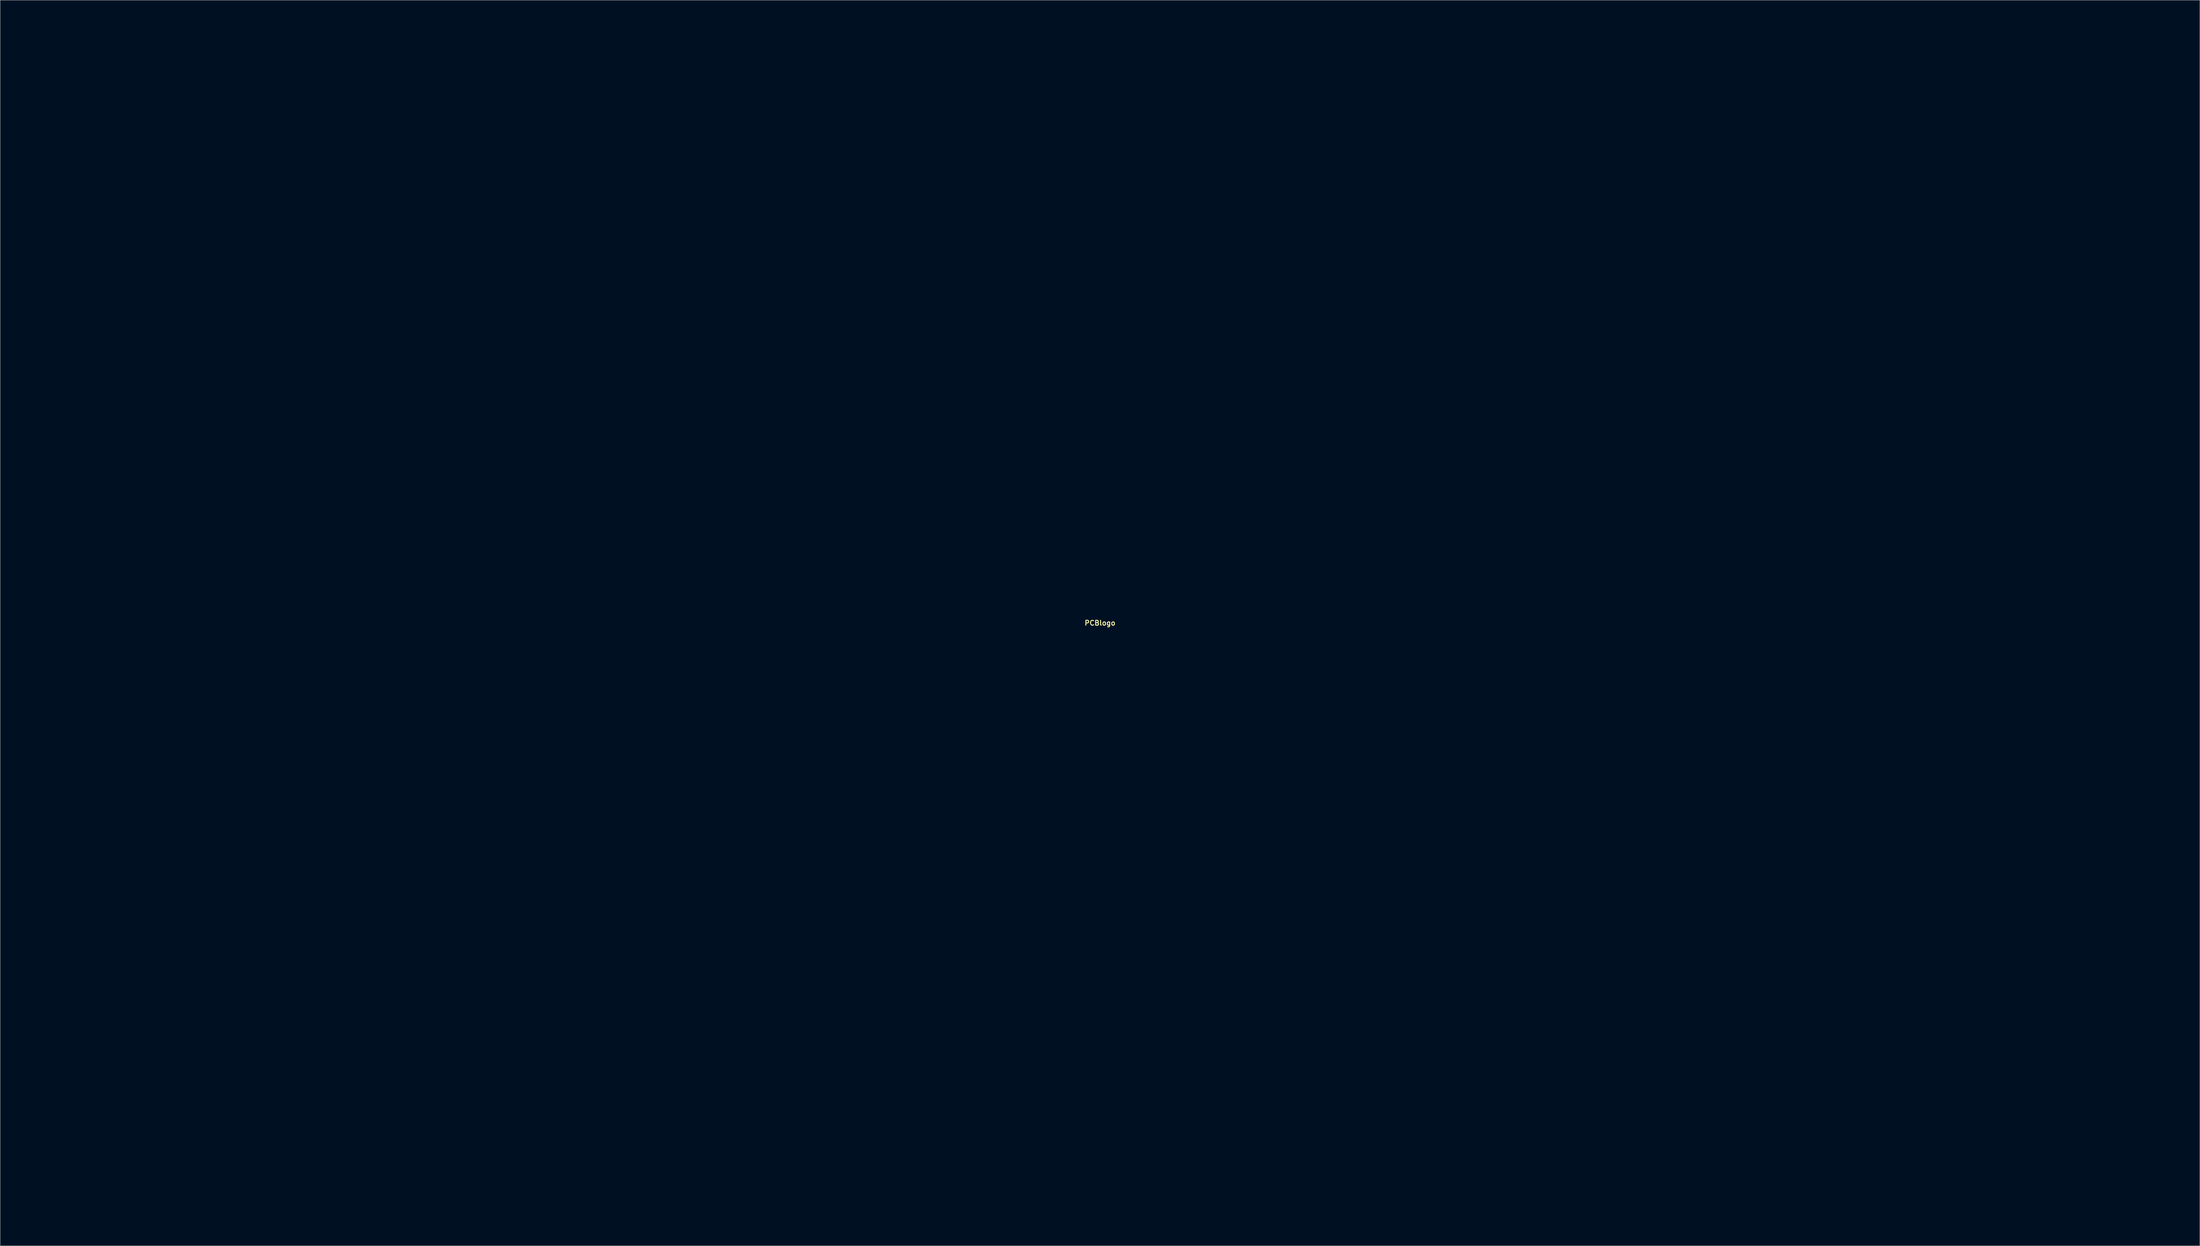
<source format=kicad_pcb>
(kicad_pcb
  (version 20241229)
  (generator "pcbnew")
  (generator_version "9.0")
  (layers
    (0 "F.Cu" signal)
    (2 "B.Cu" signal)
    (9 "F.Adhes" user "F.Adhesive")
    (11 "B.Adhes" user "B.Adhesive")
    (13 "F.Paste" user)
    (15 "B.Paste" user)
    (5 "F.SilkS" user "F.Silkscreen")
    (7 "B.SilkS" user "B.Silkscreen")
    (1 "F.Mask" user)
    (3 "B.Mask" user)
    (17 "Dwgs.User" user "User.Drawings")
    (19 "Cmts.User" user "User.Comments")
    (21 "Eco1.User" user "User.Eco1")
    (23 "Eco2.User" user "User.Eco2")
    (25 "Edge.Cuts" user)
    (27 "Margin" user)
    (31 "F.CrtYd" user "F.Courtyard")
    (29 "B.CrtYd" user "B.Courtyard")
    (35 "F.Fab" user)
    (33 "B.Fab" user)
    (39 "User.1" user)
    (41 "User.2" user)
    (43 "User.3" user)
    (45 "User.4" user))
  (footprint "PCBlogo"
    (layer "F.Cu")
    (at 338.672 190.505)
    (property "Reference" "PCBlogo" (at 0 0 0) (layer "F.SilkS") (effects (font (size 1.524 1.524) (thickness 0.3))))
    (attr through_hole)
    (fp_poly (pts (xy 135.701 -64.599) (xy 135.813 -63.822) (xy 135.819 -63.549) (xy 135.618 -62.198) (xy 135.046 -60.386) (xy 134.156 -58.216) (xy 132.996 -55.794) (xy 131.619 -53.223) (xy 130.074 -50.609) (xy 128.412 -48.056) (xy 128.185 -47.729) (xy 127.202 -46.354) (xy 126.07 -44.836) (xy 124.871 -43.277) (xy 123.688 -41.778) (xy 122.602 -40.444) (xy 121.696 -39.377) (xy 121.052 -38.68) (xy 120.761 -38.453) (xy 120.686 -38.754) (xy 120.765 -39.491) (xy 120.785 -39.599) (xy 121.036 -40.359) (xy 121.57 -41.632) (xy 122.334 -43.311) (xy 123.275 -45.288) (xy 124.338 -47.457) (xy 125.471 -49.711) (xy 126.619 -51.942) (xy 127.73 -54.043) (xy 128.75 -55.908) (xy 129.626 -57.43) (xy 129.992 -58.027) (xy 131.09 -59.69) (xy 132.228 -61.287) (xy 133.321 -62.714) (xy 134.286 -63.863) (xy 135.039 -64.631) (xy 135.493 -64.911) (xy 135.494 -64.911) (xy 135.701 -64.599)) (stroke (width 0.01) (type solid)) (fill no) (layer "Eco2.User"))
    (fp_poly (pts (xy -158.124 117.651) (xy -157.939 117.916) (xy -158.134 118.274) (xy -158.765 119.062) (xy -159.771 120.21) (xy -161.089 121.65) (xy -162.657 123.313) (xy -164.414 125.129) (xy -164.524 125.241) (xy -166.39 127.148) (xy -168.635 129.448) (xy -171.148 132.026) (xy -173.816 134.768) (xy -176.529 137.56) (xy -179.175 140.287) (xy -181.151 142.326) (xy -183.883 145.129) (xy -186.56 147.841) (xy -189.135 150.418) (xy -191.561 152.814) (xy -193.791 154.983) (xy -195.779 156.881) (xy -197.476 158.463) (xy -198.836 159.682) (xy -199.812 160.494) (xy -200.358 160.853) (xy -200.418 160.867) (xy -200.672 160.571) (xy -200.731 160.162) (xy -200.57 159.425) (xy -200.126 158.19) (xy -199.453 156.579) (xy -198.608 154.715) (xy -197.645 152.717) (xy -196.62 150.708) (xy -195.588 148.809) (xy -195.408 148.492) (xy -191.854 142.909) (xy -187.722 137.585) (xy -182.96 132.451) (xy -179.151 128.843) (xy -175.544 125.809) (xy -172.044 123.287) (xy -168.556 121.211) (xy -164.984 119.516) (xy -162.514 118.568) (xy -160.69 117.957) (xy -159.416 117.61) (xy -158.594 117.512) (xy -158.124 117.651)) (stroke (width 0.01) (type solid)) (fill no) (layer "Eco2.User"))
    (fp_poly (pts (xy 338.667 190.5) (xy -338.667 190.5) (xy -338.667 170.402) (xy -211.917 170.402) (xy -211.771 171.155) (xy -211.532 171.722) (xy -210.565 173.054) (xy -209.336 173.781) (xy -207.816 173.903) (xy -205.976 173.426) (xy -203.897 172.414) (xy -201.852 171.143) (xy -199.468 169.491) (xy -196.904 167.576) (xy -194.319 165.519) (xy -191.871 163.439) (xy -191.313 162.941) (xy -190.625 162.294) (xy -189.484 161.188) (xy -187.932 159.663) (xy -186.011 157.763) (xy -183.762 155.529) (xy -181.23 153.002) (xy -178.455 150.226) (xy -175.48 147.243) (xy -172.346 144.094) (xy -169.097 140.821) (xy -166.855 138.558) (xy -162.988 134.653) (xy -159.582 131.215) (xy -156.601 128.214) (xy -154.007 125.617) (xy -151.764 123.393) (xy -149.835 121.509) (xy -148.183 119.935) (xy -146.772 118.637) (xy -145.564 117.585) (xy -144.524 116.746) (xy -143.613 116.089) (xy -142.796 115.581) (xy -142.036 115.192) (xy -141.296 114.888) (xy -140.539 114.638) (xy -139.728 114.411) (xy -138.826 114.175) (xy -138.642 114.126) (xy -137.024 113.815) (xy -134.873 113.571) (xy -132.358 113.401) (xy -129.649 113.309) (xy -126.915 113.302) (xy -124.326 113.386) (xy -122.05 113.564) (xy -122.012 113.569) (xy -120.873 113.718) (xy -119.134 113.974) (xy -116.89 114.322) (xy -114.235 114.747) (xy -111.265 115.233) (xy -108.075 115.765) (xy -104.759 116.327) (xy -103.188 116.597) (xy -97.383 117.588) (xy -92.173 118.452) (xy -87.461 119.206) (xy -83.15 119.862) (xy -79.144 120.437) (xy -75.345 120.944) (xy -71.657 121.399) (xy -71.438 121.425) (xy -69.766 121.571) (xy -67.494 121.692) (xy -64.729 121.786) (xy -61.577 121.848) (xy -58.142 121.876) (xy -57.15 121.877) (xy -53.976 121.87) (xy -51.383 121.846) (xy -49.247 121.799) (xy -47.443 121.724) (xy -45.847 121.612) (xy -44.335 121.458) (xy -42.783 121.255) (xy -41.451 121.057) (xy -32.993 119.602) (xy -25.118 117.921) (xy -17.732 115.977) (xy -10.739 113.737) (xy -4.046 111.164) (xy 2.445 108.223) (xy 8.827 104.879) (xy 15.196 101.096) (xy 19.05 98.602) (xy 26.328 93.402) (xy 33.595 87.507) (xy 40.855 80.913) (xy 48.107 73.62) (xy 55.355 65.627) (xy 62.599 56.931) (xy 68.716 49.036) (xy 71.354 45.441) (xy 74.259 41.333) (xy 77.363 36.821) (xy 80.595 32.012) (xy 83.885 27.014) (xy 87.164 21.935) (xy 90.362 16.881) (xy 93.41 11.961) (xy 96.237 7.282) (xy 98.775 2.952) (xy 100.243 0.361) (xy 102.306 -3.335) (xy 102.306 -1.691) (xy 102.432 0.066) (xy 102.768 2.087) (xy 103.254 4.092) (xy 103.825 5.801) (xy 104.099 6.408) (xy 105.205 8.116) (xy 106.689 9.79) (xy 108.33 11.202) (xy 109.555 11.966) (xy 110.541 12.399) (xy 111.47 12.624) (xy 112.608 12.681) (xy 113.916 12.629) (xy 115.304 12.51) (xy 116.465 12.288) (xy 117.64 11.891) (xy 119.072 11.247) (xy 119.891 10.843) (xy 123.107 9.078) (xy 126.46 6.919) (xy 129.992 4.335) (xy 133.745 1.289) (xy 137.762 -2.251) (xy 142.085 -6.32) (xy 146.02 -10.209) (xy 147.837 -12.026) (xy 149.471 -13.638) (xy 150.864 -14.987) (xy 151.956 -16.017) (xy 152.689 -16.673) (xy 153.005 -16.897) (xy 153.009 -16.873) (xy 152.75 -16.077) (xy 152.343 -14.736) (xy 151.829 -12.99) (xy 151.245 -10.974) (xy 150.633 -8.826) (xy 150.029 -6.684) (xy 149.475 -4.683) (xy 149.009 -2.962) (xy 148.707 -1.806) (xy 147.814 1.846) (xy 147.147 4.883) (xy 146.702 7.355) (xy 146.472 9.312) (xy 146.451 10.805) (xy 146.634 11.885) (xy 147.016 12.602) (xy 147.089 12.68) (xy 148.124 13.319) (xy 149.458 13.649) (xy 150.746 13.604) (xy 151.18 13.463) (xy 151.482 13.293) (xy 151.807 13.025) (xy 152.184 12.61) (xy 152.642 12.003) (xy 153.21 11.155) (xy 153.915 10.019) (xy 154.788 8.547) (xy 155.856 6.694) (xy 157.147 4.41) (xy 158.692 1.649) (xy 160.518 -1.637) (xy 162.64 -5.468) (xy 165.512 -10.645) (xy 168.08 -15.235) (xy 170.365 -19.274) (xy 172.39 -22.801) (xy 174.177 -25.853) (xy 175.749 -28.466) (xy 177.129 -30.68) (xy 178.339 -32.53) (xy 179.402 -34.054) (xy 180.34 -35.289) (xy 181.177 -36.274) (xy 181.385 -36.499) (xy 182.406 -37.535) (xy 183.25 -38.314) (xy 183.804 -38.733) (xy 183.951 -38.768) (xy 184.022 -38.371) (xy 184.11 -37.366) (xy 184.209 -35.848) (xy 184.314 -33.916) (xy 184.418 -31.665) (xy 184.501 -29.596) (xy 184.694 -25.025) (xy 184.911 -21.094) (xy 185.159 -17.74) (xy 185.446 -14.897) (xy 185.779 -12.501) (xy 186.166 -10.488) (xy 186.613 -8.792) (xy 187.019 -7.624) (xy 188.217 -5.133) (xy 189.632 -3.299) (xy 191.305 -2.106) (xy 193.275 -1.534) (xy 195.583 -1.566) (xy 198.269 -2.182) (xy 198.673 -2.313) (xy 199.921 -2.774) (xy 201.063 -3.322) (xy 202.256 -4.052) (xy 203.661 -5.063) (xy 205.377 -6.403) (xy 206.574 -7.4) (xy 208.104 -8.74) (xy 209.898 -10.358) (xy 211.886 -12.184) (xy 213.996 -14.152) (xy 216.158 -16.195) (xy 218.303 -18.244) (xy 220.359 -20.233) (xy 222.256 -22.095) (xy 223.924 -23.762) (xy 225.292 -25.166) (xy 226.291 -26.241) (xy 226.848 -26.918) (xy 226.891 -26.983) (xy 227.434 -28.298) (xy 227.517 -29.558) (xy 227.181 -30.609) (xy 226.468 -31.298) (xy 225.665 -31.485) (xy 225.307 -31.462) (xy 224.93 -31.364) (xy 224.482 -31.148) (xy 223.913 -30.771) (xy 223.172 -30.19) (xy 222.208 -29.361) (xy 220.97 -28.241) (xy 219.408 -26.788) (xy 217.47 -24.958) (xy 215.106 -22.708) (xy 213.431 -21.109) (xy 210.513 -18.335) (xy 208.038 -16.011) (xy 205.949 -14.09) (xy 204.189 -12.524) (xy 202.701 -11.267) (xy 201.429 -10.27) (xy 200.316 -9.485) (xy 199.304 -8.865) (xy 198.338 -8.363) (xy 198.091 -8.248) (xy 196.642 -7.671) (xy 195.55 -7.497) (xy 194.733 -7.786) (xy 194.107 -8.6) (xy 193.59 -10) (xy 193.129 -11.903) (xy 192.923 -13.137) (xy 192.698 -14.934) (xy 192.466 -17.154) (xy 192.238 -19.655) (xy 192.026 -22.297) (xy 191.841 -24.938) (xy 191.695 -27.437) (xy 191.597 -29.652) (xy 191.561 -31.444) (xy 191.561 -31.46) (xy 191.433 -34.871) (xy 191.072 -38.015) (xy 190.498 -40.801) (xy 189.734 -43.134) (xy 188.802 -44.923) (xy 188.18 -45.688) (xy 186.849 -46.646) (xy 185.377 -46.978) (xy 183.742 -46.676) (xy 181.924 -45.735) (xy 179.9 -44.145) (xy 177.971 -42.246) (xy 176.38 -40.485) (xy 174.921 -38.7) (xy 173.524 -36.784) (xy 172.117 -34.628) (xy 170.629 -32.125) (xy 168.989 -29.167) (xy 167.549 -26.458) (xy 165.85 -23.228) (xy 164.447 -20.586) (xy 163.316 -18.491) (xy 162.435 -16.903) (xy 161.779 -15.779) (xy 161.327 -15.079) (xy 161.053 -14.762) (xy 160.939 -14.776) (xy 161.008 -15.185) (xy 161.258 -16.196) (xy 161.667 -17.735) (xy 162.215 -19.727) (xy 162.882 -22.099) (xy 163.647 -24.775) (xy 164.489 -27.683) (xy 164.772 -28.651) (xy 166.185 -33.495) (xy 167.401 -37.71) (xy 168.433 -41.338) (xy 169.29 -44.425) (xy 169.986 -47.014) (xy 170.531 -49.148) (xy 170.937 -50.873) (xy 171.216 -52.232) (xy 171.379 -53.269) (xy 171.437 -54.029) (xy 171.438 -54.068) (xy 171.394 -55.135) (xy 171.155 -55.776) (xy 170.59 -56.267) (xy 170.318 -56.438) (xy 168.704 -57.198) (xy 167.31 -57.347) (xy 166.221 -57.006) (xy 165.758 -56.681) (xy 165.3 -56.157) (xy 164.824 -55.376) (xy 164.309 -54.279) (xy 163.731 -52.809) (xy 163.068 -50.907) (xy 162.299 -48.517) (xy 161.401 -45.579) (xy 160.352 -42.036) (xy 159.975 -40.746) (xy 156.892 -30.163) (xy 151.755 -24.694) (xy 146.917 -19.639) (xy 142.291 -14.997) (xy 137.901 -10.788) (xy 133.77 -7.032) (xy 129.921 -3.748) (xy 126.377 -0.955) (xy 123.162 1.325) (xy 120.3 3.075) (xy 117.813 4.274) (xy 117.085 4.543) (xy 115.563 5.021) (xy 114.488 5.237) (xy 113.657 5.202) (xy 112.868 4.927) (xy 112.583 4.787) (xy 111.782 4.24) (xy 111.192 3.482) (xy 110.791 2.417) (xy 110.555 0.951) (xy 110.463 -1.012) (xy 110.492 -3.566) (xy 110.503 -3.946) (xy 110.731 -7.947) (xy 111.146 -11.35) (xy 111.445 -12.939) (xy 111.977 -15.29) (xy 112.573 -17.704) (xy 113.2 -20.071) (xy 113.826 -22.28) (xy 114.418 -24.219) (xy 114.944 -25.777) (xy 115.373 -26.844) (xy 115.614 -27.259) (xy 116.153 -27.77) (xy 117.099 -28.581) (xy 118.297 -29.56) (xy 119.104 -30.2) (xy 122.027 -32.776) (xy 124.992 -35.923) (xy 127.915 -39.518) (xy 130.714 -43.436) (xy 133.305 -47.553) (xy 135.606 -51.747) (xy 137.532 -55.893) (xy 138.951 -59.712) (xy 139.585 -61.868) (xy 139.933 -63.568) (xy 140.013 -64.992) (xy 139.84 -66.32) (xy 139.634 -67.108) (xy 138.858 -68.816) (xy 137.749 -69.97) (xy 136.362 -70.517) (xy 135.84 -70.556) (xy 134.541 -70.395) (xy 133.215 -69.884) (xy 131.817 -68.981) (xy 130.303 -67.644) (xy 128.63 -65.832) (xy 126.752 -63.502) (xy 124.626 -60.612) (xy 123.119 -58.455) (xy 119.291 -52.589) (xy 115.79 -46.618) (xy 112.679 -40.665) (xy 110.022 -34.851) (xy 107.884 -29.3) (xy 107.768 -28.96) (xy 107.394 -27.958) (xy 106.88 -26.764) (xy 106.2 -25.324) (xy 105.323 -23.582) (xy 104.224 -21.486) (xy 102.872 -18.982) (xy 101.24 -16.016) (xy 99.301 -12.534) (xy 97.693 -9.668) (xy 93.914 -2.986) (xy 90.411 3.13) (xy 87.142 8.743) (xy 84.067 13.919) (xy 81.146 18.722) (xy 78.336 23.216) (xy 75.599 27.465) (xy 72.894 31.534) (xy 70.179 35.488) (xy 67.414 39.391) (xy 64.559 43.307) (xy 62.789 45.685) (xy 55.44 55.014) (xy 47.858 63.709) (xy 40.049 71.762) (xy 32.021 79.17) (xy 23.782 85.925) (xy 15.338 92.023) (xy 6.696 97.456) (xy -2.135 102.221) (xy -11.148 106.309) (xy -16.757 108.478) (xy -23.71 110.7) (xy -30.935 112.425) (xy -38.471 113.656) (xy -46.356 114.397) (xy -54.628 114.651) (xy -63.327 114.42) (xy -72.49 113.709) (xy -76.791 113.23) (xy -78.223 113.041) (xy -80.263 112.748) (xy -82.827 112.364) (xy -85.828 111.904) (xy -89.179 111.38) (xy -92.794 110.806) (xy -96.588 110.196) (xy -100.473 109.562) (xy -102.72 109.191) (xy -107.663 108.376) (xy -111.967 107.674) (xy -115.687 107.076) (xy -118.88 106.576) (xy -121.6 106.165) (xy -123.906 105.836) (xy -125.851 105.581) (xy -127.492 105.391) (xy -128.884 105.26) (xy -130.085 105.179) (xy -131.148 105.14) (xy -131.674 105.134) (xy -132.762 105.089) (xy -133.493 104.979) (xy -133.69 104.863) (xy -133.416 104.571) (xy -132.672 103.944) (xy -131.557 103.063) (xy -130.172 102.008) (xy -129.484 101.496) (xy -127.552 100.008) (xy -125.419 98.27) (xy -123.346 96.502) (xy -121.648 94.969) (xy -120.514 93.912) (xy -118.948 92.464) (xy -117.039 90.707) (xy -114.878 88.724) (xy -112.554 86.597) (xy -110.159 84.41) (xy -108.31 82.726) (xy -105.82 80.457) (xy -102.938 77.824) (xy -99.791 74.943) (xy -96.505 71.93) (xy -93.206 68.9) (xy -90.02 65.969) (xy -87.073 63.253) (xy -86.791 62.993) (xy -83.276 59.75) (xy -80.216 56.928) (xy -77.549 54.471) (xy -75.212 52.32) (xy -73.141 50.42) (xy -71.273 48.712) (xy -69.547 47.139) (xy -67.899 45.643) (xy -66.266 44.169) (xy -64.586 42.657) (xy -62.795 41.051) (xy -60.83 39.294) (xy -59.28 37.909) (xy -56.768 35.657) (xy -54.005 33.167) (xy -51.151 30.584) (xy -48.366 28.052) (xy -45.812 25.719) (xy -43.93 23.989) (xy -41.744 21.973) (xy -39.189 19.621) (xy -36.42 17.074) (xy -33.587 14.471) (xy -30.845 11.954) (xy -28.395 9.708) (xy -19.142 1.221) (xy -10.396 -6.815) (xy -2.139 -14.419) (xy 5.649 -21.609) (xy 12.988 -28.404) (xy 19.897 -34.823) (xy 26.395 -40.883) (xy 32.503 -46.603) (xy 38.24 -52.001) (xy 43.625 -57.095) (xy 48.678 -61.904) (xy 53.419 -66.447) (xy 57.866 -70.741) (xy 62.04 -74.805) (xy 65.96 -78.657) (xy 69.645 -82.316) (xy 70.218 -82.888) (xy 76.002 -88.712) (xy 81.263 -94.094) (xy 86.013 -99.051) (xy 90.267 -103.597) (xy 94.039 -107.749) (xy 97.341 -111.523) (xy 100.187 -114.934) (xy 102.59 -117.998) (xy 104.566 -120.732) (xy 106.126 -123.151) (xy 107.284 -125.27) (xy 108.054 -127.106) (xy 108.069 -127.151) (xy 108.616 -129.644) (xy 108.506 -131.897) (xy 107.747 -133.9) (xy 106.352 -135.638) (xy 104.33 -137.1) (xy 101.691 -138.273) (xy 98.447 -139.144) (xy 98.072 -139.217) (xy 96.427 -139.45) (xy 94.226 -139.645) (xy 91.621 -139.8) (xy 88.76 -139.91) (xy 85.794 -139.973) (xy 82.872 -139.985) (xy 80.145 -139.942) (xy 77.762 -139.84) (xy 76.376 -139.732) (xy 65.691 -138.496) (xy 54.524 -136.866) (xy 42.966 -134.863) (xy 31.108 -132.507) (xy 19.039 -129.818) (xy 6.851 -126.818) (xy -5.367 -123.527) (xy -17.525 -119.964) (xy -29.531 -116.15) (xy -32.808 -115.055) (xy -41.918 -111.906) (xy -50.367 -108.829) (xy -58.194 -105.81) (xy -65.439 -102.832) (xy -72.14 -99.879) (xy -78.338 -96.935) (xy -84.071 -93.984) (xy -84.481 -93.764) (xy -89.583 -90.951) (xy -94.146 -88.308) (xy -98.289 -85.752) (xy -102.13 -83.202) (xy -105.79 -80.576) (xy -109.388 -77.793) (xy -113.043 -74.77) (xy -115.968 -72.232) (xy -120.981 -67.491) (xy -125.288 -62.746) (xy -128.892 -57.997) (xy -131.79 -53.243) (xy -133.983 -48.486) (xy -135.471 -43.725) (xy -136.163 -39.828) (xy -136.336 -35.697) (xy -135.899 -31.688) (xy -134.881 -27.882) (xy -133.311 -24.363) (xy -131.216 -21.211) (xy -128.843 -18.701) (xy -126.756 -17.056) (xy -124.715 -15.937) (xy -122.486 -15.221) (xy -122.02 -15.12) (xy -120.178 -14.944) (xy -118.835 -15.262) (xy -117.983 -16.077) (xy -117.821 -16.421) (xy -117.514 -18.091) (xy -117.817 -19.64) (xy -118.634 -20.955) (xy -119.87 -21.924) (xy -121.43 -22.433) (xy -122.917 -22.424) (xy -123.79 -22.339) (xy -124.457 -22.467) (xy -125.163 -22.903) (xy -126.047 -23.647) (xy -127.547 -25.336) (xy -128.888 -27.563) (xy -129.989 -30.165) (xy -130.766 -32.977) (xy -130.767 -32.985) (xy -131.027 -34.404) (xy -131.156 -35.634) (xy -131.159 -36.922) (xy -131.043 -38.515) (xy -130.923 -39.688) (xy -130.237 -43.782) (xy -129.07 -47.738) (xy -127.388 -51.615) (xy -125.157 -55.474) (xy -122.343 -59.377) (xy -118.912 -63.383) (xy -116.08 -66.327) (xy -111.685 -70.459) (xy -106.904 -74.462) (xy -101.662 -78.39) (xy -95.886 -82.299) (xy -89.503 -86.242) (xy -88.018 -87.114) (xy -82.368 -90.225) (xy -76.034 -93.374) (xy -69.033 -96.553) (xy -61.385 -99.756) (xy -53.11 -102.974) (xy -44.225 -106.2) (xy -34.751 -109.427) (xy -24.705 -112.647) (xy -18.303 -114.605) (xy -8.821 -117.4) (xy 0.146 -119.925) (xy 8.722 -122.211) (xy 17.03 -124.287) (xy 25.194 -126.185) (xy 33.338 -127.935) (xy 41.585 -129.567) (xy 44.803 -130.168) (xy 51.801 -131.408) (xy 58.193 -132.439) (xy 64.043 -133.266) (xy 69.418 -133.896) (xy 74.382 -134.335) (xy 79.001 -134.589) (xy 83.341 -134.664) (xy 87.465 -134.567) (xy 89.782 -134.434) (xy 92.977 -134.187) (xy 95.529 -133.926) (xy 97.499 -133.631) (xy 98.948 -133.281) (xy 99.939 -132.855) (xy 100.534 -132.333) (xy 100.793 -131.693) (xy 100.779 -130.917) (xy 100.754 -130.77) (xy 100.597 -130.211) (xy 100.295 -129.56) (xy 99.801 -128.755) (xy 99.065 -127.73) (xy 98.04 -126.42) (xy 96.678 -124.762) (xy 94.931 -122.69) (xy 93.338 -120.826) (xy 90.137 -117.182) (xy 86.407 -113.099) (xy 82.162 -108.589) (xy 77.416 -103.665) (xy 72.181 -98.339) (xy 66.472 -92.626) (xy 60.301 -86.537) (xy 53.682 -80.085) (xy 46.628 -73.282) (xy 39.153 -66.142) (xy 31.27 -58.678) (xy 22.992 -50.901) (xy 14.333 -42.825) (xy 5.306 -34.462) (xy -4.075 -25.826) (xy -13.797 -16.928) (xy -23.848 -7.782) (xy -34.212 1.599) (xy -44.878 11.204) (xy -53.622 19.044) (xy -57.045 22.111) (xy -60.329 25.066) (xy -63.513 27.943) (xy -66.634 30.778) (xy -69.731 33.607) (xy -72.84 36.465) (xy -76 39.387) (xy -79.249 42.41) (xy -82.625 45.569) (xy -86.165 48.899) (xy -89.908 52.436) (xy -93.891 56.215) (xy -98.152 60.272) (xy -102.729 64.642) (xy -107.66 69.362) (xy -112.983 74.466) (xy -118.736 79.99) (xy -124.956 85.97) (xy -125.06 86.07) (xy -127.77 88.676) (xy -130.472 91.275) (xy -133.095 93.797) (xy -135.568 96.174) (xy -137.819 98.337) (xy -139.775 100.218) (xy -141.367 101.748) (xy -142.522 102.857) (xy -142.528 102.863) (xy -144.254 104.471) (xy -145.863 105.88) (xy -147.246 106.997) (xy -148.293 107.733) (xy -148.596 107.902) (xy -149.905 108.379) (xy -151.716 108.818) (xy -153.824 109.171) (xy -153.909 109.182) (xy -159.44 110.205) (xy -164.737 111.801) (xy -169.843 113.994) (xy -174.801 116.806) (xy -179.652 120.263) (xy -184.439 124.385) (xy -187.705 127.607) (xy -190.724 130.847) (xy -193.446 134.019) (xy -195.934 137.225) (xy -198.253 140.562) (xy -200.467 144.133) (xy -202.638 148.035) (xy -204.831 152.37) (xy -207.109 157.238) (xy -208.295 159.891) (xy -209.544 162.759) (xy -210.505 165.073) (xy -211.201 166.914) (xy -211.653 168.362) (xy -211.885 169.498) (xy -211.917 170.402) (xy -338.667 170.402) (xy -338.667 -190.5) (xy 338.667 -190.5) (xy 338.667 190.5)) (stroke (width 0.01) (type solid)) (fill no) (layer "Eco2.User")))
  (gr_rect
    (start -3 -3)
    (end 680.343 384.01)
    (stroke (width 0.1) (type default))
    (fill no)
    (layer "Edge.Cuts")))
</source>
